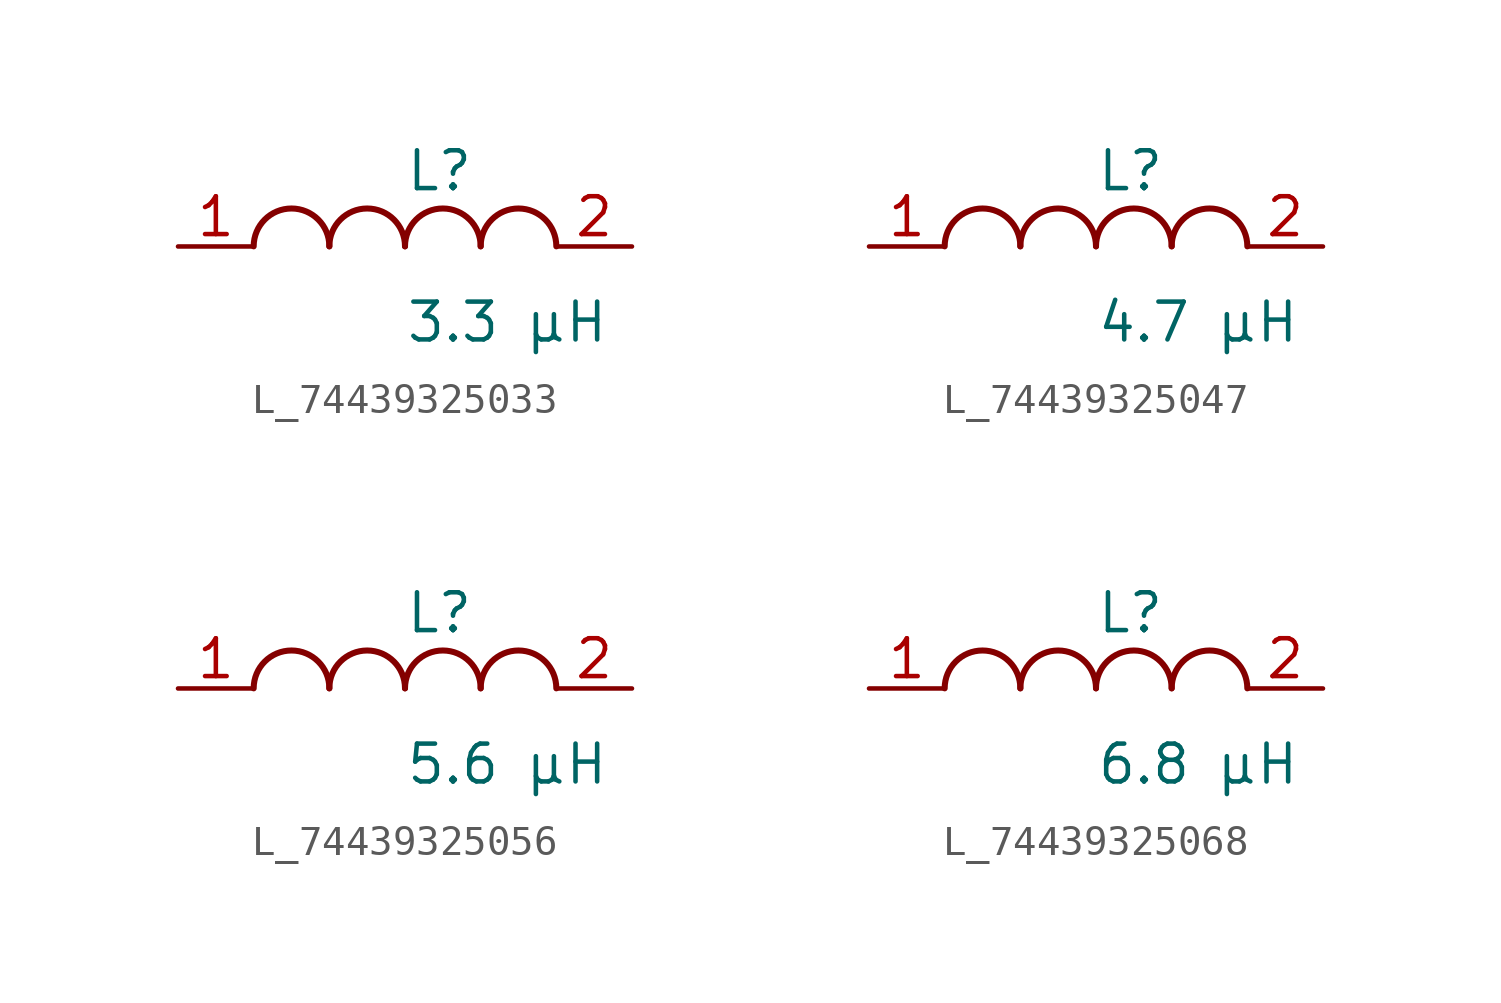
<source format=kicad_sym>
(kicad_symbol_lib
  (version 20231120)
  (generator kicad_symbol_editor)
  (generator_version 8.0)
  (symbol "L_74439325033"
    (pin_names
      (offset 0.254))
    (property "Reference" "L"
      (at 0 2.54 0)
      (effects (font (size 1.27 1.27)) (justify left)))
    (property "Value" "3.3 µH"
      (at 0 -2.54 0)
      (effects (font (size 1.27 1.27)) (justify left)))
    (symbol "L_74439325033_1_1"
      (arc (start -2.54 0.0056) (mid -3.81 1.27) (end -5.08 0.0056) (stroke (width 0.2032) (type default)) (fill (type none)))
      (arc (start 0 0.0056) (mid -1.27 1.27) (end -2.54 0.0056) (stroke (width 0.2032) (type default)) (fill (type none)))
      (arc (start 2.54 0.0056) (mid 1.27 1.27) (end 0 0.0056) (stroke (width 0.2032) (type default)) (fill (type none)))
      (arc (start 5.08 0.0056) (mid 3.81 1.27) (end 2.54 0.0056) (stroke (width 0.2032) (type default)) (fill (type none)))
      (pin unspecified line (at -7.62 0 0) (length 2.54) (name "" (effects (font (size 1.27 1.27)))) (number "1" (effects (font (size 1.27 1.27)))))
      (pin unspecified line (at 7.62 0 180) (length 2.54) (name "" (effects (font (size 1.27 1.27)))) (number "2" (effects (font (size 1.27 1.27)))))))
  (symbol "L_74439325047"
    (pin_names
      (offset 0.254))
    (property "Reference" "L"
      (at 0 2.54 0)
      (effects (font (size 1.27 1.27)) (justify left)))
    (property "Value" "4.7 µH"
      (at 0 -2.54 0)
      (effects (font (size 1.27 1.27)) (justify left)))
    (symbol "L_74439325047_1_1"
      (arc (start -2.54 0.0056) (mid -3.81 1.27) (end -5.08 0.0056) (stroke (width 0.2032) (type default)) (fill (type none)))
      (arc (start 0 0.0056) (mid -1.27 1.27) (end -2.54 0.0056) (stroke (width 0.2032) (type default)) (fill (type none)))
      (arc (start 2.54 0.0056) (mid 1.27 1.27) (end 0 0.0056) (stroke (width 0.2032) (type default)) (fill (type none)))
      (arc (start 5.08 0.0056) (mid 3.81 1.27) (end 2.54 0.0056) (stroke (width 0.2032) (type default)) (fill (type none)))
      (pin unspecified line (at -7.62 0 0) (length 2.54) (name "" (effects (font (size 1.27 1.27)))) (number "1" (effects (font (size 1.27 1.27)))))
      (pin unspecified line (at 7.62 0 180) (length 2.54) (name "" (effects (font (size 1.27 1.27)))) (number "2" (effects (font (size 1.27 1.27)))))))
  (symbol "L_74439325056"
    (pin_names
      (offset 0.254))
    (property "Reference" "L"
      (at 0 2.54 0)
      (effects (font (size 1.27 1.27)) (justify left)))
    (property "Value" "5.6 µH"
      (at 0 -2.54 0)
      (effects (font (size 1.27 1.27)) (justify left)))
    (symbol "L_74439325056_1_1"
      (arc (start -2.54 0.0056) (mid -3.81 1.27) (end -5.08 0.0056) (stroke (width 0.2032) (type default)) (fill (type none)))
      (arc (start 0 0.0056) (mid -1.27 1.27) (end -2.54 0.0056) (stroke (width 0.2032) (type default)) (fill (type none)))
      (arc (start 2.54 0.0056) (mid 1.27 1.27) (end 0 0.0056) (stroke (width 0.2032) (type default)) (fill (type none)))
      (arc (start 5.08 0.0056) (mid 3.81 1.27) (end 2.54 0.0056) (stroke (width 0.2032) (type default)) (fill (type none)))
      (pin unspecified line (at -7.62 0 0) (length 2.54) (name "" (effects (font (size 1.27 1.27)))) (number "1" (effects (font (size 1.27 1.27)))))
      (pin unspecified line (at 7.62 0 180) (length 2.54) (name "" (effects (font (size 1.27 1.27)))) (number "2" (effects (font (size 1.27 1.27)))))))
  (symbol "L_74439325068"
    (pin_names
      (offset 0.254))
    (property "Reference" "L"
      (at 0 2.54 0)
      (effects (font (size 1.27 1.27)) (justify left)))
    (property "Value" "6.8 µH"
      (at 0 -2.54 0)
      (effects (font (size 1.27 1.27)) (justify left)))
    (symbol "L_74439325068_1_1"
      (arc (start -2.54 0.0056) (mid -3.81 1.27) (end -5.08 0.0056) (stroke (width 0.2032) (type default)) (fill (type none)))
      (arc (start 0 0.0056) (mid -1.27 1.27) (end -2.54 0.0056) (stroke (width 0.2032) (type default)) (fill (type none)))
      (arc (start 2.54 0.0056) (mid 1.27 1.27) (end 0 0.0056) (stroke (width 0.2032) (type default)) (fill (type none)))
      (arc (start 5.08 0.0056) (mid 3.81 1.27) (end 2.54 0.0056) (stroke (width 0.2032) (type default)) (fill (type none)))
      (pin unspecified line (at -7.62 0 0) (length 2.54) (name "" (effects (font (size 1.27 1.27)))) (number "1" (effects (font (size 1.27 1.27)))))
      (pin unspecified line (at 7.62 0 180) (length 2.54) (name "" (effects (font (size 1.27 1.27)))) (number "2" (effects (font (size 1.27 1.27))))))))
</source>
